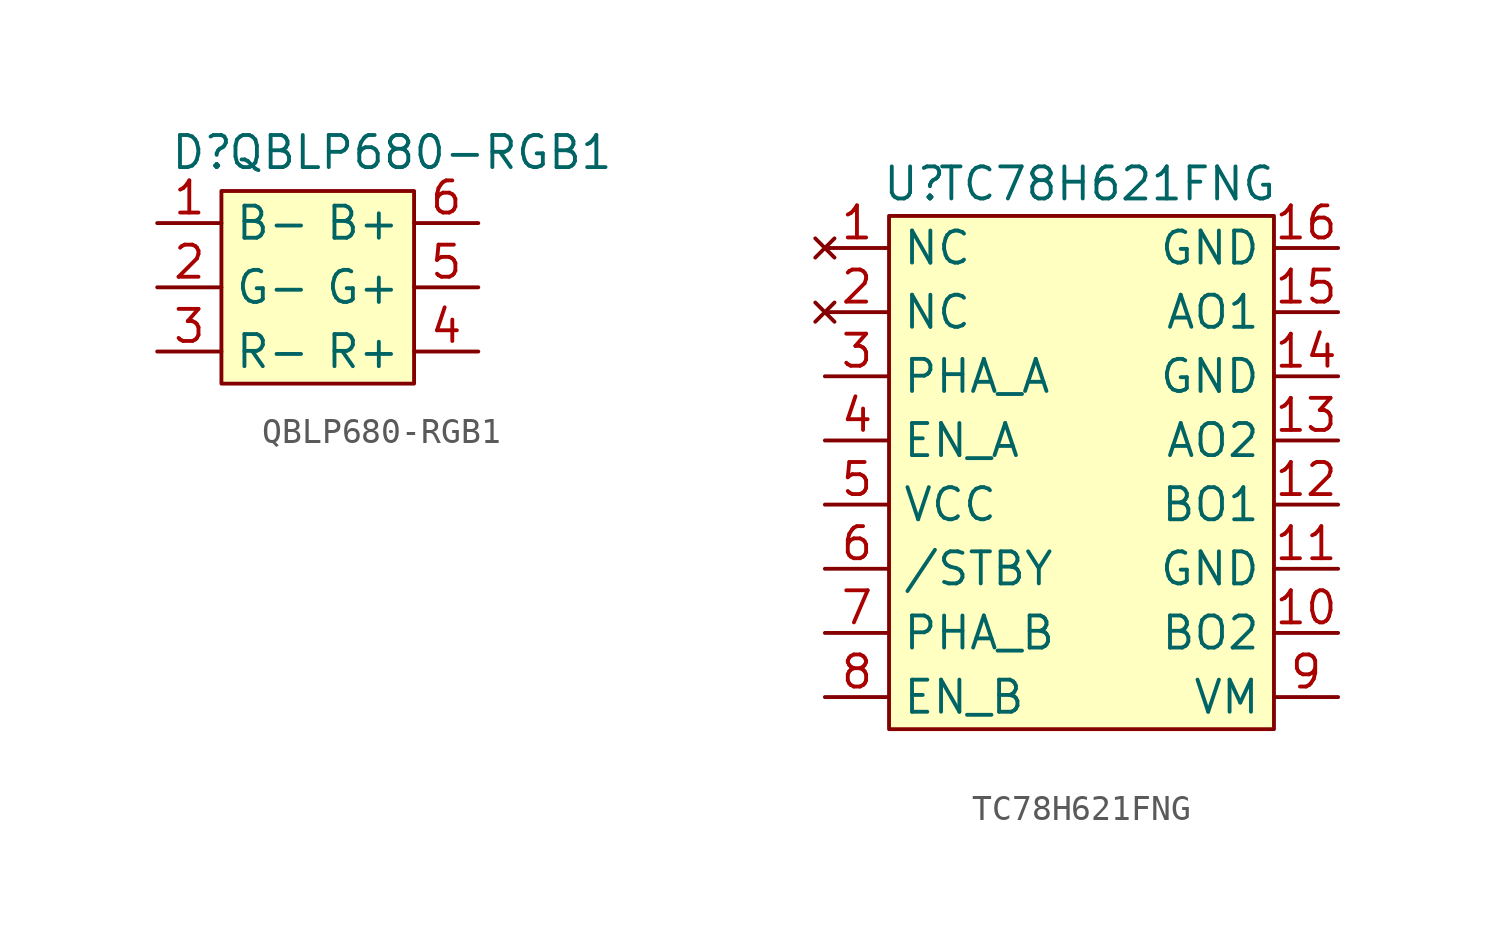
<source format=kicad_sym>
(kicad_symbol_lib
  (version 20241209)
  (generator "kicad_symbol_editor")
  (generator_version "9.0")
  (symbol "QBLP680-RGB1"
    (property "Reference" "D"
      (at -4.572 -1.016 0)
      (effects (font (size 1.27 1.27))))
    (property "Value" "QBLP680-RGB1"
      (at 4.064 -1.016 0)
      (effects (font (size 1.27 1.27))))
    (symbol "QBLP680-RGB1_1_1"
      (rectangle (start -3.81 -2.54) (end 3.81 -10.16) (stroke (width 0) (type solid)) (fill (type background)))
      (pin passive line (at -6.35 -3.81 0) (length 2.54) (name "B-" (effects (font (size 1.27 1.27)))) (number "1" (effects (font (size 1.27 1.27)))))
      (pin passive line (at -6.35 -6.35 0) (length 2.54) (name "G-" (effects (font (size 1.27 1.27)))) (number "2" (effects (font (size 1.27 1.27)))))
      (pin passive line (at -6.35 -8.89 0) (length 2.54) (name "R-" (effects (font (size 1.27 1.27)))) (number "3" (effects (font (size 1.27 1.27)))))
      (pin passive line (at 6.35 -3.81 180) (length 2.54) (name "B+" (effects (font (size 1.27 1.27)))) (number "6" (effects (font (size 1.27 1.27)))))
      (pin passive line (at 6.35 -6.35 180) (length 2.54) (name "G+" (effects (font (size 1.27 1.27)))) (number "5" (effects (font (size 1.27 1.27)))))
      (pin passive line (at 6.35 -8.89 180) (length 2.54) (name "R+" (effects (font (size 1.27 1.27)))) (number "4" (effects (font (size 1.27 1.27)))))))
  (symbol "TC78H621FNG"
    (property "Reference" "U"
      (at -6.604 0 0)
      (effects (font (size 1.27 1.27))))
    (property "Value" "TC78H621FNG"
      (at 1.016 0 0)
      (effects (font (size 1.27 1.27))))
    (symbol "TC78H621FNG_1_1"
      (rectangle (start -7.62 -1.27) (end 7.62 -21.59) (stroke (width 0) (type solid)) (fill (type background)))
      (pin no_connect line (at -10.16 -2.54 0) (length 2.54) (name "NC" (effects (font (size 1.27 1.27)))) (number "1" (effects (font (size 1.27 1.27)))))
      (pin no_connect line (at -10.16 -5.08 0) (length 2.54) (name "NC" (effects (font (size 1.27 1.27)))) (number "2" (effects (font (size 1.27 1.27)))))
      (pin input line (at -10.16 -7.62 0) (length 2.54) (name "PHA_A" (effects (font (size 1.27 1.27)))) (number "3" (effects (font (size 1.27 1.27)))))
      (pin input line (at -10.16 -10.16 0) (length 2.54) (name "EN_A" (effects (font (size 1.27 1.27)))) (number "4" (effects (font (size 1.27 1.27)))))
      (pin power_in line (at -10.16 -12.7 0) (length 2.54) (name "VCC" (effects (font (size 1.27 1.27)))) (number "5" (effects (font (size 1.27 1.27)))))
      (pin input line (at -10.16 -15.24 0) (length 2.54) (name "/STBY" (effects (font (size 1.27 1.27)))) (number "6" (effects (font (size 1.27 1.27)))))
      (pin input line (at -10.16 -17.78 0) (length 2.54) (name "PHA_B" (effects (font (size 1.27 1.27)))) (number "7" (effects (font (size 1.27 1.27)))))
      (pin input line (at -10.16 -20.32 0) (length 2.54) (name "EN_B" (effects (font (size 1.27 1.27)))) (number "8" (effects (font (size 1.27 1.27)))))
      (pin power_in line (at 10.16 -2.54 180) (length 2.54) (name "GND" (effects (font (size 1.27 1.27)))) (number "16" (effects (font (size 1.27 1.27)))))
      (pin output line (at 10.16 -5.08 180) (length 2.54) (name "AO1" (effects (font (size 1.27 1.27)))) (number "15" (effects (font (size 1.27 1.27)))))
      (pin power_in line (at 10.16 -7.62 180) (length 2.54) (name "GND" (effects (font (size 1.27 1.27)))) (number "14" (effects (font (size 1.27 1.27)))))
      (pin output line (at 10.16 -10.16 180) (length 2.54) (name "AO2" (effects (font (size 1.27 1.27)))) (number "13" (effects (font (size 1.27 1.27)))))
      (pin output line (at 10.16 -12.7 180) (length 2.54) (name "BO1" (effects (font (size 1.27 1.27)))) (number "12" (effects (font (size 1.27 1.27)))))
      (pin power_in line (at 10.16 -15.24 180) (length 2.54) (name "GND" (effects (font (size 1.27 1.27)))) (number "11" (effects (font (size 1.27 1.27)))))
      (pin output line (at 10.16 -17.78 180) (length 2.54) (name "BO2" (effects (font (size 1.27 1.27)))) (number "10" (effects (font (size 1.27 1.27)))))
      (pin power_in line (at 10.16 -20.32 180) (length 2.54) (name "VM" (effects (font (size 1.27 1.27)))) (number "9" (effects (font (size 1.27 1.27))))))))
</source>
